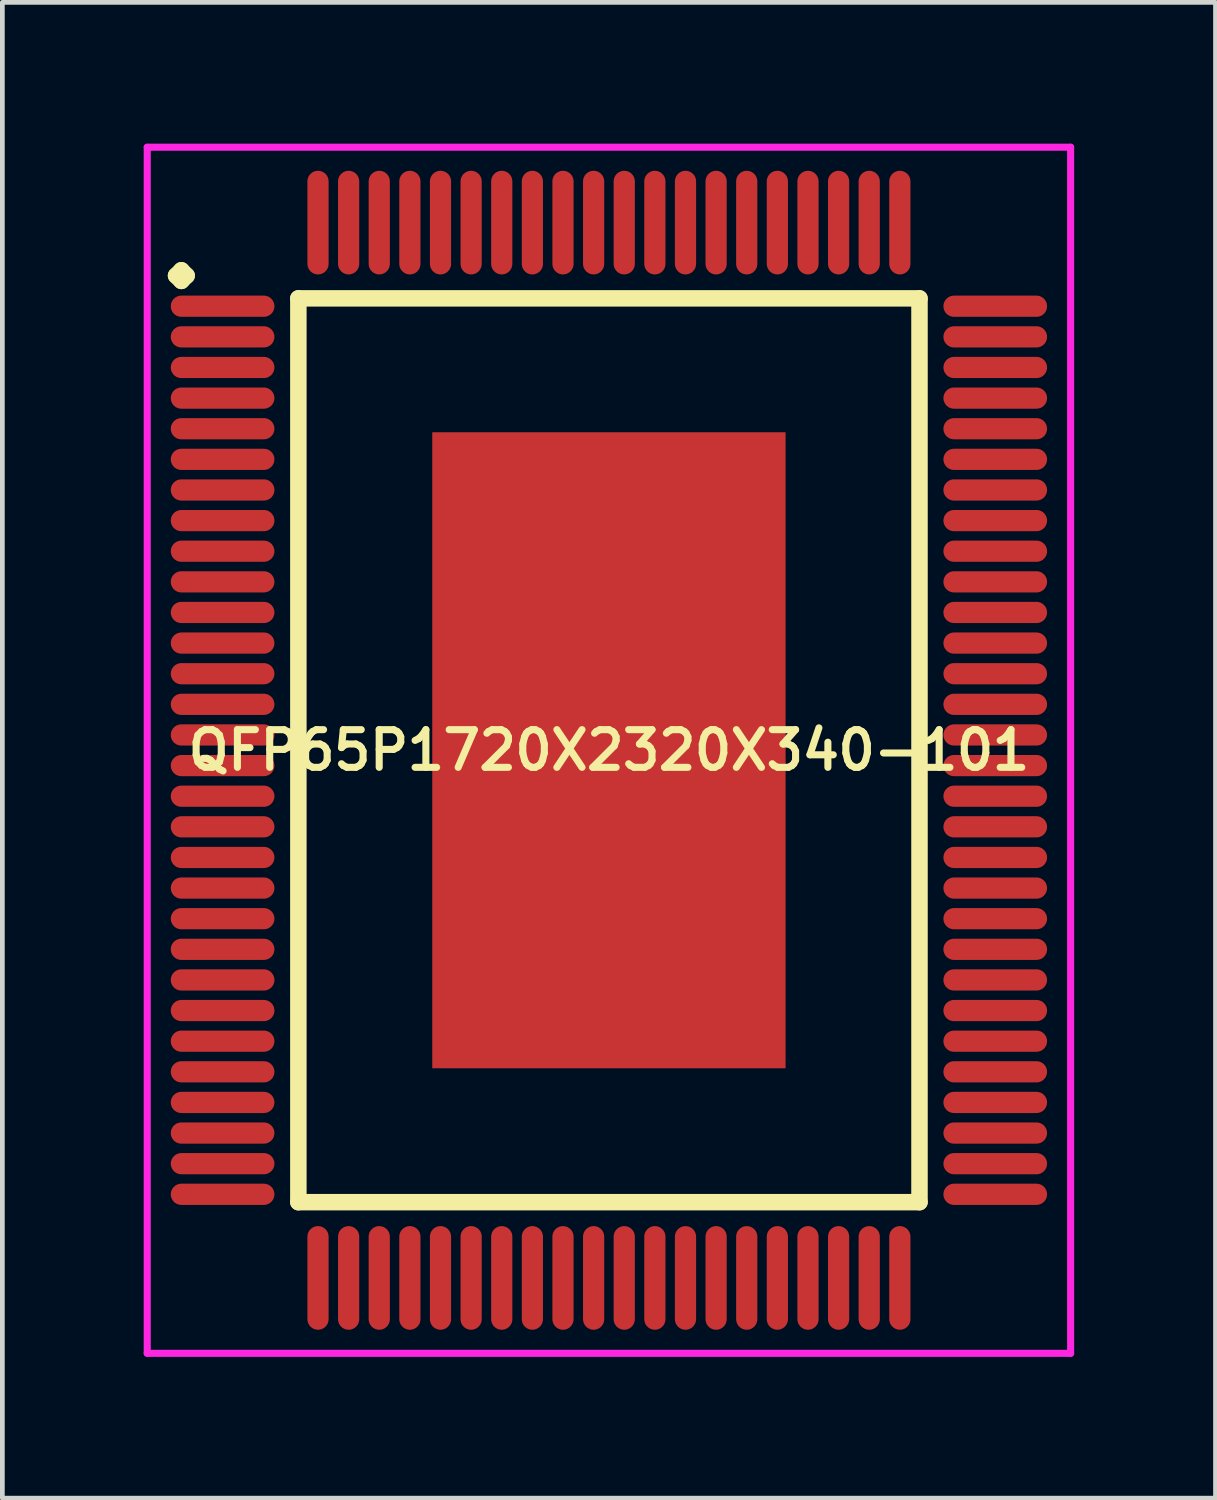
<source format=kicad_pcb>
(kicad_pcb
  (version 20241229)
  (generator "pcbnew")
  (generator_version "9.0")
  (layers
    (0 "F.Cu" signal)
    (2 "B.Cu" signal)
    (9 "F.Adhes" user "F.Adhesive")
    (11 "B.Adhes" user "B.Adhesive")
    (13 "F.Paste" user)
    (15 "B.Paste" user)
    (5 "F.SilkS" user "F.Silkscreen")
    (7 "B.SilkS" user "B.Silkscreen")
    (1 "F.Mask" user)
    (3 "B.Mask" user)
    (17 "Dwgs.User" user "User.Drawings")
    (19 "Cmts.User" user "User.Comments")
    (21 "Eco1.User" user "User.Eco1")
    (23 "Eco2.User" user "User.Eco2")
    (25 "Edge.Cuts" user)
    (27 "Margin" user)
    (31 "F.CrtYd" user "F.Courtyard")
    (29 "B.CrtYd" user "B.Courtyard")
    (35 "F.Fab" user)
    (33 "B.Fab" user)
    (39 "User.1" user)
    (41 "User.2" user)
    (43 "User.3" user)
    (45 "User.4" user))
  (footprint "QFP65P1720X2320X340-101"
    (layer "F.Cu")
    (at 9.875 12.875)
    (property "Reference" "QFP65P1720X2320X340-101" (at 0 0 0) (layer "F.SilkS") (effects (font (size 0.8 0.8) (thickness 0.15))))
    (attr smd)
    (fp_line (start -9.188 -10.075) (end -9.075 -10.188) (stroke (width 0.35) (type solid)) (layer "F.SilkS"))
    (fp_line (start -9.075 -10.188) (end -8.963 -10.075) (stroke (width 0.35) (type solid)) (layer "F.SilkS"))
    (fp_line (start -9.075 -9.963) (end -9.188 -10.075) (stroke (width 0.35) (type solid)) (layer "F.SilkS"))
    (fp_line (start -8.963 -10.075) (end -9.075 -9.963) (stroke (width 0.35) (type solid)) (layer "F.SilkS"))
    (fp_line (start -6.592 -9.592) (end -6.592 9.592) (stroke (width 0.35) (type solid)) (layer "F.SilkS"))
    (fp_line (start -6.592 9.592) (end 6.592 9.592) (stroke (width 0.35) (type solid)) (layer "F.SilkS"))
    (fp_line (start 6.592 -9.592) (end -6.592 -9.592) (stroke (width 0.35) (type solid)) (layer "F.SilkS"))
    (fp_line (start 6.592 9.592) (end 6.592 -9.592) (stroke (width 0.35) (type solid)) (layer "F.SilkS"))
    (fp_line (start -9.8 -12.8) (end 9.8 -12.8) (stroke (width 0.15) (type solid)) (layer "F.CrtYd"))
    (fp_line (start -9.8 12.8) (end -9.8 -12.8) (stroke (width 0.15) (type solid)) (layer "F.CrtYd"))
    (fp_line (start 9.8 -12.8) (end 9.8 12.8) (stroke (width 0.15) (type solid)) (layer "F.CrtYd"))
    (fp_line (start 9.8 12.8) (end -9.8 12.8) (stroke (width 0.15) (type solid)) (layer "F.CrtYd"))
    (pad "1" smd oval (at -8.2 -9.425) (size 2.2 0.45) (layers "F.Cu" "F.Mask" "F.Paste"))
    (pad "2" smd oval (at -8.2 -8.775) (size 2.2 0.45) (layers "F.Cu" "F.Mask" "F.Paste"))
    (pad "3" smd oval (at -8.2 -8.125) (size 2.2 0.45) (layers "F.Cu" "F.Mask" "F.Paste"))
    (pad "4" smd oval (at -8.2 -7.475) (size 2.2 0.45) (layers "F.Cu" "F.Mask" "F.Paste"))
    (pad "5" smd oval (at -8.2 -6.825) (size 2.2 0.45) (layers "F.Cu" "F.Mask" "F.Paste"))
    (pad "6" smd oval (at -8.2 -6.175) (size 2.2 0.45) (layers "F.Cu" "F.Mask" "F.Paste"))
    (pad "7" smd oval (at -8.2 -5.525) (size 2.2 0.45) (layers "F.Cu" "F.Mask" "F.Paste"))
    (pad "8" smd oval (at -8.2 -4.875) (size 2.2 0.45) (layers "F.Cu" "F.Mask" "F.Paste"))
    (pad "9" smd oval (at -8.2 -4.225) (size 2.2 0.45) (layers "F.Cu" "F.Mask" "F.Paste"))
    (pad "10" smd oval (at -8.2 -3.575) (size 2.2 0.45) (layers "F.Cu" "F.Mask" "F.Paste"))
    (pad "11" smd oval (at -8.2 -2.925) (size 2.2 0.45) (layers "F.Cu" "F.Mask" "F.Paste"))
    (pad "12" smd oval (at -8.2 -2.275) (size 2.2 0.45) (layers "F.Cu" "F.Mask" "F.Paste"))
    (pad "13" smd oval (at -8.2 -1.625) (size 2.2 0.45) (layers "F.Cu" "F.Mask" "F.Paste"))
    (pad "14" smd oval (at -8.2 -0.975) (size 2.2 0.45) (layers "F.Cu" "F.Mask" "F.Paste"))
    (pad "15" smd oval (at -8.2 -0.325) (size 2.2 0.45) (layers "F.Cu" "F.Mask" "F.Paste"))
    (pad "16" smd oval (at -8.2 0.325) (size 2.2 0.45) (layers "F.Cu" "F.Mask" "F.Paste"))
    (pad "17" smd oval (at -8.2 0.975) (size 2.2 0.45) (layers "F.Cu" "F.Mask" "F.Paste"))
    (pad "18" smd oval (at -8.2 1.625) (size 2.2 0.45) (layers "F.Cu" "F.Mask" "F.Paste"))
    (pad "19" smd oval (at -8.2 2.275) (size 2.2 0.45) (layers "F.Cu" "F.Mask" "F.Paste"))
    (pad "20" smd oval (at -8.2 2.925) (size 2.2 0.45) (layers "F.Cu" "F.Mask" "F.Paste"))
    (pad "21" smd oval (at -8.2 3.575) (size 2.2 0.45) (layers "F.Cu" "F.Mask" "F.Paste"))
    (pad "22" smd oval (at -8.2 4.225) (size 2.2 0.45) (layers "F.Cu" "F.Mask" "F.Paste"))
    (pad "23" smd oval (at -8.2 4.875) (size 2.2 0.45) (layers "F.Cu" "F.Mask" "F.Paste"))
    (pad "24" smd oval (at -8.2 5.525) (size 2.2 0.45) (layers "F.Cu" "F.Mask" "F.Paste"))
    (pad "25" smd oval (at -8.2 6.175) (size 2.2 0.45) (layers "F.Cu" "F.Mask" "F.Paste"))
    (pad "26" smd oval (at -8.2 6.825) (size 2.2 0.45) (layers "F.Cu" "F.Mask" "F.Paste"))
    (pad "27" smd oval (at -8.2 7.475) (size 2.2 0.45) (layers "F.Cu" "F.Mask" "F.Paste"))
    (pad "28" smd oval (at -8.2 8.125) (size 2.2 0.45) (layers "F.Cu" "F.Mask" "F.Paste"))
    (pad "29" smd oval (at -8.2 8.775) (size 2.2 0.45) (layers "F.Cu" "F.Mask" "F.Paste"))
    (pad "30" smd oval (at -8.2 9.425) (size 2.2 0.45) (layers "F.Cu" "F.Mask" "F.Paste"))
    (pad "31" smd oval (at -6.175 11.2) (size 0.45 2.2) (layers "F.Cu" "F.Mask" "F.Paste"))
    (pad "32" smd oval (at -5.525 11.2) (size 0.45 2.2) (layers "F.Cu" "F.Mask" "F.Paste"))
    (pad "33" smd oval (at -4.875 11.2) (size 0.45 2.2) (layers "F.Cu" "F.Mask" "F.Paste"))
    (pad "34" smd oval (at -4.225 11.2) (size 0.45 2.2) (layers "F.Cu" "F.Mask" "F.Paste"))
    (pad "35" smd oval (at -3.575 11.2) (size 0.45 2.2) (layers "F.Cu" "F.Mask" "F.Paste"))
    (pad "36" smd oval (at -2.925 11.2) (size 0.45 2.2) (layers "F.Cu" "F.Mask" "F.Paste"))
    (pad "37" smd oval (at -2.275 11.2) (size 0.45 2.2) (layers "F.Cu" "F.Mask" "F.Paste"))
    (pad "38" smd oval (at -1.625 11.2) (size 0.45 2.2) (layers "F.Cu" "F.Mask" "F.Paste"))
    (pad "39" smd oval (at -0.975 11.2) (size 0.45 2.2) (layers "F.Cu" "F.Mask" "F.Paste"))
    (pad "40" smd oval (at -0.325 11.2) (size 0.45 2.2) (layers "F.Cu" "F.Mask" "F.Paste"))
    (pad "41" smd oval (at 0.325 11.2) (size 0.45 2.2) (layers "F.Cu" "F.Mask" "F.Paste"))
    (pad "42" smd oval (at 0.975 11.2) (size 0.45 2.2) (layers "F.Cu" "F.Mask" "F.Paste"))
    (pad "43" smd oval (at 1.625 11.2) (size 0.45 2.2) (layers "F.Cu" "F.Mask" "F.Paste"))
    (pad "44" smd oval (at 2.275 11.2) (size 0.45 2.2) (layers "F.Cu" "F.Mask" "F.Paste"))
    (pad "45" smd oval (at 2.925 11.2) (size 0.45 2.2) (layers "F.Cu" "F.Mask" "F.Paste"))
    (pad "46" smd oval (at 3.575 11.2) (size 0.45 2.2) (layers "F.Cu" "F.Mask" "F.Paste"))
    (pad "47" smd oval (at 4.225 11.2) (size 0.45 2.2) (layers "F.Cu" "F.Mask" "F.Paste"))
    (pad "48" smd oval (at 4.875 11.2) (size 0.45 2.2) (layers "F.Cu" "F.Mask" "F.Paste"))
    (pad "49" smd oval (at 5.525 11.2) (size 0.45 2.2) (layers "F.Cu" "F.Mask" "F.Paste"))
    (pad "50" smd oval (at 6.175 11.2) (size 0.45 2.2) (layers "F.Cu" "F.Mask" "F.Paste"))
    (pad "51" smd oval (at 8.2 9.425) (size 2.2 0.45) (layers "F.Cu" "F.Mask" "F.Paste"))
    (pad "52" smd oval (at 8.2 8.775) (size 2.2 0.45) (layers "F.Cu" "F.Mask" "F.Paste"))
    (pad "53" smd oval (at 8.2 8.125) (size 2.2 0.45) (layers "F.Cu" "F.Mask" "F.Paste"))
    (pad "54" smd oval (at 8.2 7.475) (size 2.2 0.45) (layers "F.Cu" "F.Mask" "F.Paste"))
    (pad "55" smd oval (at 8.2 6.825) (size 2.2 0.45) (layers "F.Cu" "F.Mask" "F.Paste"))
    (pad "56" smd oval (at 8.2 6.175) (size 2.2 0.45) (layers "F.Cu" "F.Mask" "F.Paste"))
    (pad "57" smd oval (at 8.2 5.525) (size 2.2 0.45) (layers "F.Cu" "F.Mask" "F.Paste"))
    (pad "58" smd oval (at 8.2 4.875) (size 2.2 0.45) (layers "F.Cu" "F.Mask" "F.Paste"))
    (pad "59" smd oval (at 8.2 4.225) (size 2.2 0.45) (layers "F.Cu" "F.Mask" "F.Paste"))
    (pad "60" smd oval (at 8.2 3.575) (size 2.2 0.45) (layers "F.Cu" "F.Mask" "F.Paste"))
    (pad "61" smd oval (at 8.2 2.925) (size 2.2 0.45) (layers "F.Cu" "F.Mask" "F.Paste"))
    (pad "62" smd oval (at 8.2 2.275) (size 2.2 0.45) (layers "F.Cu" "F.Mask" "F.Paste"))
    (pad "63" smd oval (at 8.2 1.625) (size 2.2 0.45) (layers "F.Cu" "F.Mask" "F.Paste"))
    (pad "64" smd oval (at 8.2 0.975) (size 2.2 0.45) (layers "F.Cu" "F.Mask" "F.Paste"))
    (pad "65" smd oval (at 8.2 0.325) (size 2.2 0.45) (layers "F.Cu" "F.Mask" "F.Paste"))
    (pad "66" smd oval (at 8.2 -0.325) (size 2.2 0.45) (layers "F.Cu" "F.Mask" "F.Paste"))
    (pad "67" smd oval (at 8.2 -0.975) (size 2.2 0.45) (layers "F.Cu" "F.Mask" "F.Paste"))
    (pad "68" smd oval (at 8.2 -1.625) (size 2.2 0.45) (layers "F.Cu" "F.Mask" "F.Paste"))
    (pad "69" smd oval (at 8.2 -2.275) (size 2.2 0.45) (layers "F.Cu" "F.Mask" "F.Paste"))
    (pad "70" smd oval (at 8.2 -2.925) (size 2.2 0.45) (layers "F.Cu" "F.Mask" "F.Paste"))
    (pad "71" smd oval (at 8.2 -3.575) (size 2.2 0.45) (layers "F.Cu" "F.Mask" "F.Paste"))
    (pad "72" smd oval (at 8.2 -4.225) (size 2.2 0.45) (layers "F.Cu" "F.Mask" "F.Paste"))
    (pad "73" smd oval (at 8.2 -4.875) (size 2.2 0.45) (layers "F.Cu" "F.Mask" "F.Paste"))
    (pad "74" smd oval (at 8.2 -5.525) (size 2.2 0.45) (layers "F.Cu" "F.Mask" "F.Paste"))
    (pad "75" smd oval (at 8.2 -6.175) (size 2.2 0.45) (layers "F.Cu" "F.Mask" "F.Paste"))
    (pad "76" smd oval (at 8.2 -6.825) (size 2.2 0.45) (layers "F.Cu" "F.Mask" "F.Paste"))
    (pad "77" smd oval (at 8.2 -7.475) (size 2.2 0.45) (layers "F.Cu" "F.Mask" "F.Paste"))
    (pad "78" smd oval (at 8.2 -8.125) (size 2.2 0.45) (layers "F.Cu" "F.Mask" "F.Paste"))
    (pad "79" smd oval (at 8.2 -8.775) (size 2.2 0.45) (layers "F.Cu" "F.Mask" "F.Paste"))
    (pad "80" smd oval (at 8.2 -9.425) (size 2.2 0.45) (layers "F.Cu" "F.Mask" "F.Paste"))
    (pad "81" smd oval (at 6.175 -11.2) (size 0.45 2.2) (layers "F.Cu" "F.Mask" "F.Paste"))
    (pad "82" smd oval (at 5.525 -11.2) (size 0.45 2.2) (layers "F.Cu" "F.Mask" "F.Paste"))
    (pad "83" smd oval (at 4.875 -11.2) (size 0.45 2.2) (layers "F.Cu" "F.Mask" "F.Paste"))
    (pad "84" smd oval (at 4.225 -11.2) (size 0.45 2.2) (layers "F.Cu" "F.Mask" "F.Paste"))
    (pad "85" smd oval (at 3.575 -11.2) (size 0.45 2.2) (layers "F.Cu" "F.Mask" "F.Paste"))
    (pad "86" smd oval (at 2.925 -11.2) (size 0.45 2.2) (layers "F.Cu" "F.Mask" "F.Paste"))
    (pad "87" smd oval (at 2.275 -11.2) (size 0.45 2.2) (layers "F.Cu" "F.Mask" "F.Paste"))
    (pad "88" smd oval (at 1.625 -11.2) (size 0.45 2.2) (layers "F.Cu" "F.Mask" "F.Paste"))
    (pad "89" smd oval (at 0.975 -11.2) (size 0.45 2.2) (layers "F.Cu" "F.Mask" "F.Paste"))
    (pad "90" smd oval (at 0.325 -11.2) (size 0.45 2.2) (layers "F.Cu" "F.Mask" "F.Paste"))
    (pad "91" smd oval (at -0.325 -11.2) (size 0.45 2.2) (layers "F.Cu" "F.Mask" "F.Paste"))
    (pad "92" smd oval (at -0.975 -11.2) (size 0.45 2.2) (layers "F.Cu" "F.Mask" "F.Paste"))
    (pad "93" smd oval (at -1.625 -11.2) (size 0.45 2.2) (layers "F.Cu" "F.Mask" "F.Paste"))
    (pad "94" smd oval (at -2.275 -11.2) (size 0.45 2.2) (layers "F.Cu" "F.Mask" "F.Paste"))
    (pad "95" smd oval (at -2.925 -11.2) (size 0.45 2.2) (layers "F.Cu" "F.Mask" "F.Paste"))
    (pad "96" smd oval (at -3.575 -11.2) (size 0.45 2.2) (layers "F.Cu" "F.Mask" "F.Paste"))
    (pad "97" smd oval (at -4.225 -11.2) (size 0.45 2.2) (layers "F.Cu" "F.Mask" "F.Paste"))
    (pad "98" smd oval (at -4.875 -11.2) (size 0.45 2.2) (layers "F.Cu" "F.Mask" "F.Paste"))
    (pad "99" smd oval (at -5.525 -11.2) (size 0.45 2.2) (layers "F.Cu" "F.Mask" "F.Paste"))
    (pad "100" smd oval (at -6.175 -11.2) (size 0.45 2.2) (layers "F.Cu" "F.Mask" "F.Paste"))
    (pad "101" smd rect (at 0 0) (size 7.5 13.5) (layers "F.Cu" "F.Mask" "F.Paste")))
  (gr_rect
    (start -3 -3)
    (end 22.75 28.75)
    (stroke (width 0.1) (type default))
    (fill no)
    (layer "Edge.Cuts")))
</source>
